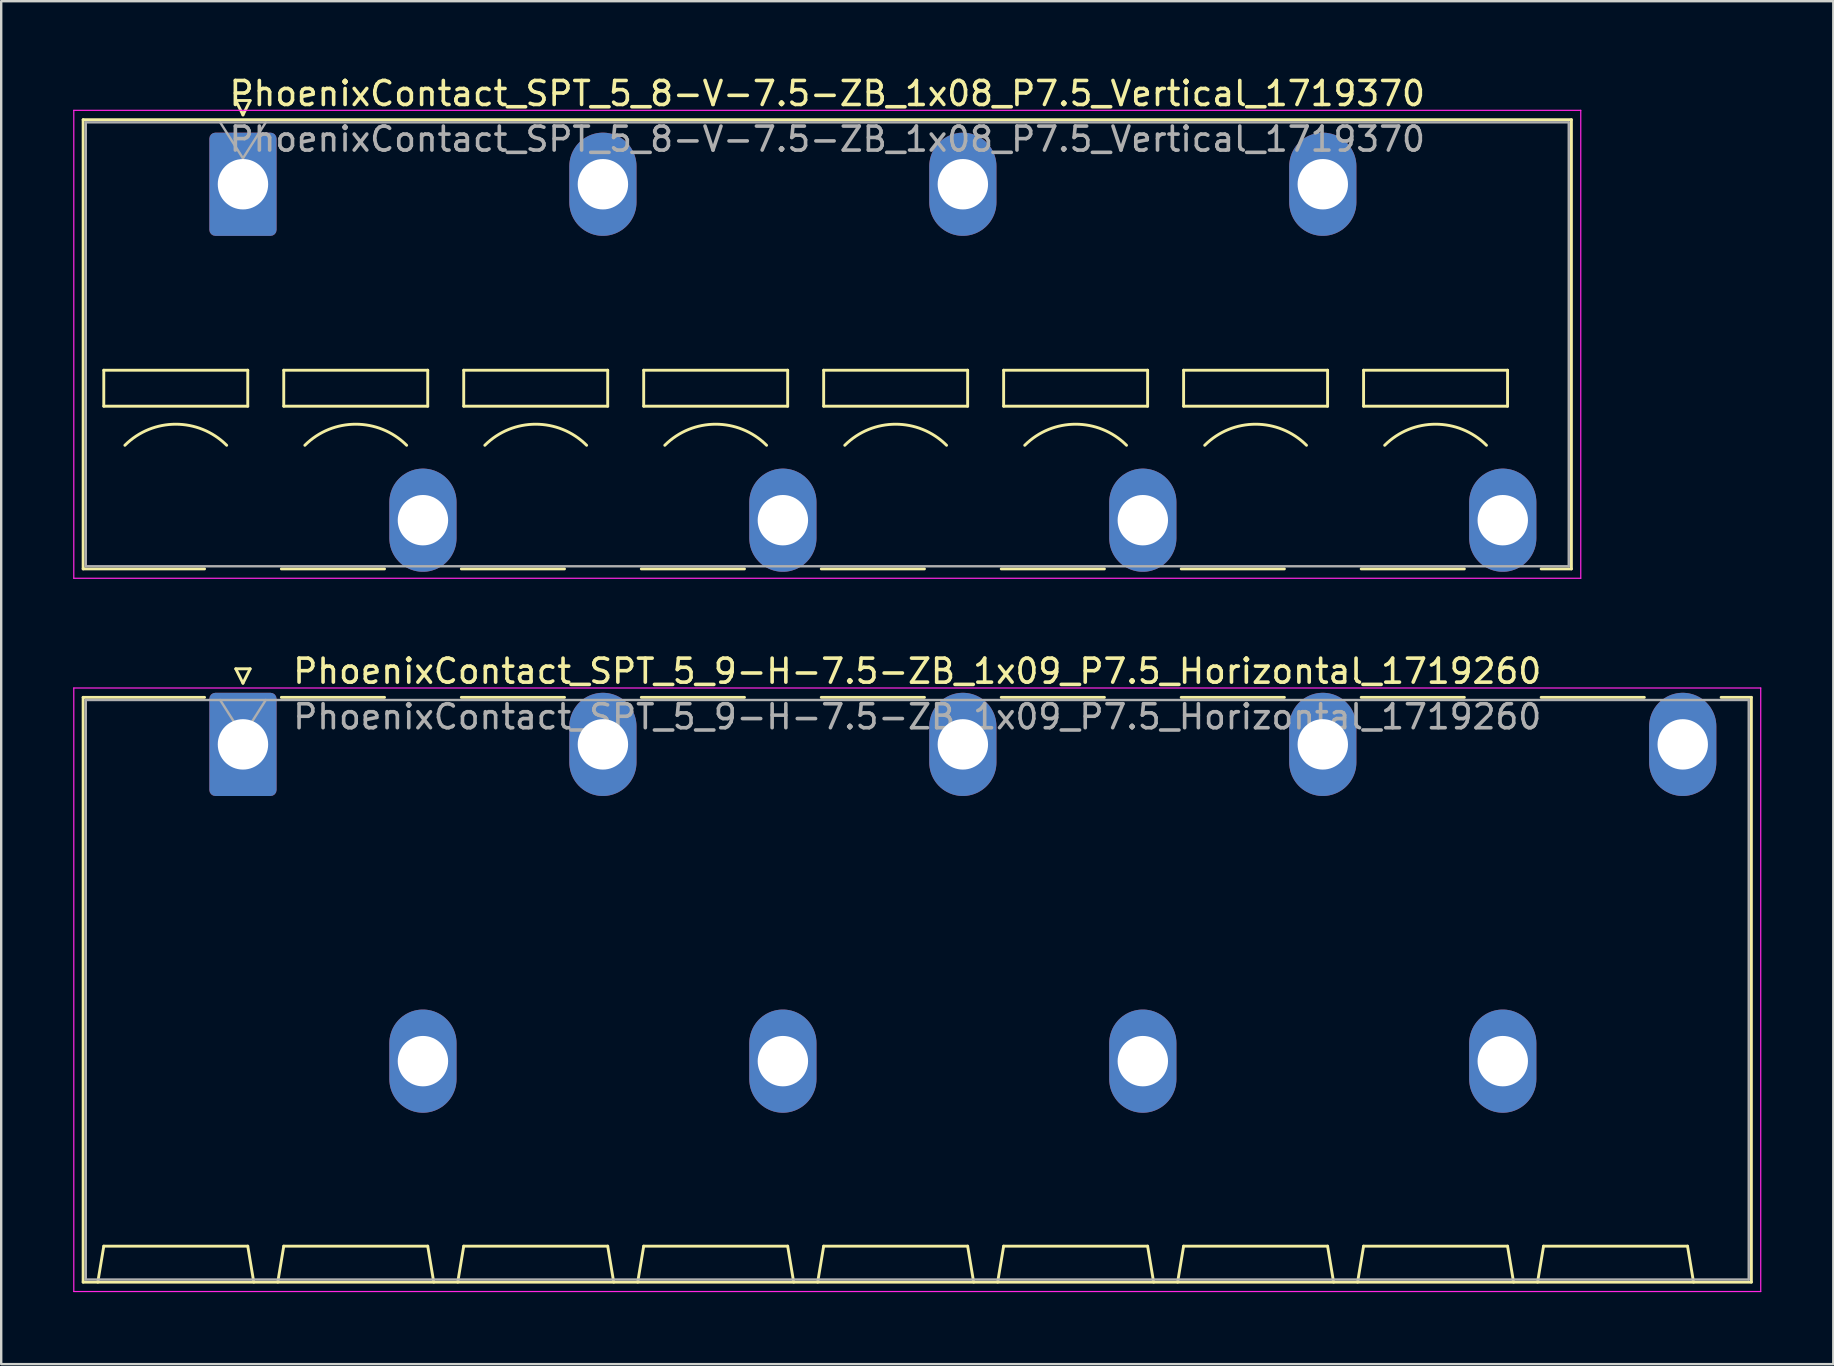
<source format=kicad_pcb>
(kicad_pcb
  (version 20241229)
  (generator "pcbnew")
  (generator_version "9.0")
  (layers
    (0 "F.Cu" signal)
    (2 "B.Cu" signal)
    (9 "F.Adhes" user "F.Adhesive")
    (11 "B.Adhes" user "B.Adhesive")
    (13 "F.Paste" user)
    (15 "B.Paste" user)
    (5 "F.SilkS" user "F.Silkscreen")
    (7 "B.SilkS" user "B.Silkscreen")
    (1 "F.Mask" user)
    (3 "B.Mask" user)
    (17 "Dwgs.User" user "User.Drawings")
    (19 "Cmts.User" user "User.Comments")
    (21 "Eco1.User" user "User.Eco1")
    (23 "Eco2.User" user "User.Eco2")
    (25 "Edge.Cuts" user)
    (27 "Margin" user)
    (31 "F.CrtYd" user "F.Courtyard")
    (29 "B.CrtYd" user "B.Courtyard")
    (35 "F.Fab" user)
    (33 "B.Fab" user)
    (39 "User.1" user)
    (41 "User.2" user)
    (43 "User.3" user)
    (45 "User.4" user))
  (footprint "PhoenixContact_SPT_5_8-V-7.5-ZB_1x08_P7.5_Vertical_1719370"
    (layer "F.Cu")
    (at 7.075 4.628)
    (property "Reference" "PhoenixContact_SPT_5_8-V-7.5-ZB_1x08_P7.5_Vertical_1719370" (at 24.35 -3.78 0) (layer "F.SilkS") (effects (font (size 1 1) (thickness 0.15))))
    (attr through_hole)
    (fp_line (start -6.66 -2.69) (end 55.36 -2.69) (stroke (width 0.12) (type solid)) (layer "F.SilkS"))
    (fp_line (start -6.66 16.03) (end -6.66 -2.69) (stroke (width 0.12) (type solid)) (layer "F.SilkS"))
    (fp_line (start -6.66 16.03) (end -1.6 16.03) (stroke (width 0.12) (type solid)) (layer "F.SilkS"))
    (fp_line (start -5.8 7.75) (end -5.8 9.25) (stroke (width 0.12) (type solid)) (layer "F.SilkS"))
    (fp_line (start -5.8 9.25) (end 0.2 9.25) (stroke (width 0.12) (type solid)) (layer "F.SilkS"))
    (fp_line (start -0.3 -3.49) (end 0 -2.89) (stroke (width 0.12) (type solid)) (layer "F.SilkS"))
    (fp_line (start -0.3 -3.49) (end 0.3 -3.49) (stroke (width 0.12) (type solid)) (layer "F.SilkS"))
    (fp_line (start 0.2 7.75) (end -5.8 7.75) (stroke (width 0.12) (type solid)) (layer "F.SilkS"))
    (fp_line (start 0.2 9.25) (end 0.2 7.75) (stroke (width 0.12) (type solid)) (layer "F.SilkS"))
    (fp_line (start 0.3 -3.49) (end 0 -2.89) (stroke (width 0.12) (type solid)) (layer "F.SilkS"))
    (fp_line (start 1.6 16.03) (end 5.9 16.03) (stroke (width 0.12) (type solid)) (layer "F.SilkS"))
    (fp_line (start 1.7 7.75) (end 1.7 9.25) (stroke (width 0.12) (type solid)) (layer "F.SilkS"))
    (fp_line (start 1.7 9.25) (end 7.7 9.25) (stroke (width 0.12) (type solid)) (layer "F.SilkS"))
    (fp_line (start 7.7 7.75) (end 1.7 7.75) (stroke (width 0.12) (type solid)) (layer "F.SilkS"))
    (fp_line (start 7.7 9.25) (end 7.7 7.75) (stroke (width 0.12) (type solid)) (layer "F.SilkS"))
    (fp_line (start 9.1 16.03) (end 13.4 16.03) (stroke (width 0.12) (type solid)) (layer "F.SilkS"))
    (fp_line (start 9.2 7.75) (end 9.2 9.25) (stroke (width 0.12) (type solid)) (layer "F.SilkS"))
    (fp_line (start 9.2 9.25) (end 15.2 9.25) (stroke (width 0.12) (type solid)) (layer "F.SilkS"))
    (fp_line (start 15.2 7.75) (end 9.2 7.75) (stroke (width 0.12) (type solid)) (layer "F.SilkS"))
    (fp_line (start 15.2 9.25) (end 15.2 7.75) (stroke (width 0.12) (type solid)) (layer "F.SilkS"))
    (fp_line (start 16.6 16.03) (end 20.9 16.03) (stroke (width 0.12) (type solid)) (layer "F.SilkS"))
    (fp_line (start 16.7 7.75) (end 16.7 9.25) (stroke (width 0.12) (type solid)) (layer "F.SilkS"))
    (fp_line (start 16.7 9.25) (end 22.7 9.25) (stroke (width 0.12) (type solid)) (layer "F.SilkS"))
    (fp_line (start 22.7 7.75) (end 16.7 7.75) (stroke (width 0.12) (type solid)) (layer "F.SilkS"))
    (fp_line (start 22.7 9.25) (end 22.7 7.75) (stroke (width 0.12) (type solid)) (layer "F.SilkS"))
    (fp_line (start 24.1 16.03) (end 28.4 16.03) (stroke (width 0.12) (type solid)) (layer "F.SilkS"))
    (fp_line (start 24.2 7.75) (end 24.2 9.25) (stroke (width 0.12) (type solid)) (layer "F.SilkS"))
    (fp_line (start 24.2 9.25) (end 30.2 9.25) (stroke (width 0.12) (type solid)) (layer "F.SilkS"))
    (fp_line (start 30.2 7.75) (end 24.2 7.75) (stroke (width 0.12) (type solid)) (layer "F.SilkS"))
    (fp_line (start 30.2 9.25) (end 30.2 7.75) (stroke (width 0.12) (type solid)) (layer "F.SilkS"))
    (fp_line (start 31.6 16.03) (end 35.9 16.03) (stroke (width 0.12) (type solid)) (layer "F.SilkS"))
    (fp_line (start 31.7 7.75) (end 31.7 9.25) (stroke (width 0.12) (type solid)) (layer "F.SilkS"))
    (fp_line (start 31.7 9.25) (end 37.7 9.25) (stroke (width 0.12) (type solid)) (layer "F.SilkS"))
    (fp_line (start 37.7 7.75) (end 31.7 7.75) (stroke (width 0.12) (type solid)) (layer "F.SilkS"))
    (fp_line (start 37.7 9.25) (end 37.7 7.75) (stroke (width 0.12) (type solid)) (layer "F.SilkS"))
    (fp_line (start 39.1 16.03) (end 43.4 16.03) (stroke (width 0.12) (type solid)) (layer "F.SilkS"))
    (fp_line (start 39.2 7.75) (end 39.2 9.25) (stroke (width 0.12) (type solid)) (layer "F.SilkS"))
    (fp_line (start 39.2 9.25) (end 45.2 9.25) (stroke (width 0.12) (type solid)) (layer "F.SilkS"))
    (fp_line (start 45.2 7.75) (end 39.2 7.75) (stroke (width 0.12) (type solid)) (layer "F.SilkS"))
    (fp_line (start 45.2 9.25) (end 45.2 7.75) (stroke (width 0.12) (type solid)) (layer "F.SilkS"))
    (fp_line (start 46.6 16.03) (end 50.9 16.03) (stroke (width 0.12) (type solid)) (layer "F.SilkS"))
    (fp_line (start 46.7 7.75) (end 46.7 9.25) (stroke (width 0.12) (type solid)) (layer "F.SilkS"))
    (fp_line (start 46.7 9.25) (end 52.7 9.25) (stroke (width 0.12) (type solid)) (layer "F.SilkS"))
    (fp_line (start 52.7 7.75) (end 46.7 7.75) (stroke (width 0.12) (type solid)) (layer "F.SilkS"))
    (fp_line (start 52.7 9.25) (end 52.7 7.75) (stroke (width 0.12) (type solid)) (layer "F.SilkS"))
    (fp_line (start 54.1 16.03) (end 55.36 16.03) (stroke (width 0.12) (type solid)) (layer "F.SilkS"))
    (fp_line (start 55.36 -2.69) (end 55.36 16.03) (stroke (width 0.12) (type solid)) (layer "F.SilkS"))
    (fp_arc (start -4.92132 10.87868) (mid -2.8 10) (end -0.67868 10.87868) (stroke (width 0.12) (type solid)) (layer "F.SilkS"))
    (fp_arc (start 2.57868 10.87868) (mid 4.7 10) (end 6.82132 10.87868) (stroke (width 0.12) (type solid)) (layer "F.SilkS"))
    (fp_arc (start 10.07868 10.87868) (mid 12.2 10) (end 14.32132 10.87868) (stroke (width 0.12) (type solid)) (layer "F.SilkS"))
    (fp_arc (start 17.57868 10.87868) (mid 19.7 10) (end 21.82132 10.87868) (stroke (width 0.12) (type solid)) (layer "F.SilkS"))
    (fp_arc (start 25.07868 10.87868) (mid 27.2 10) (end 29.32132 10.87868) (stroke (width 0.12) (type solid)) (layer "F.SilkS"))
    (fp_arc (start 32.57868 10.87868) (mid 34.7 10) (end 36.82132 10.87868) (stroke (width 0.12) (type solid)) (layer "F.SilkS"))
    (fp_arc (start 40.07868 10.87868) (mid 42.2 10) (end 44.32132 10.87868) (stroke (width 0.12) (type solid)) (layer "F.SilkS"))
    (fp_arc (start 47.57868 10.87868) (mid 49.7 10) (end 51.82132 10.87868) (stroke (width 0.12) (type solid)) (layer "F.SilkS"))
    (fp_line (start -7.05 -3.08) (end -7.05 16.42) (stroke (width 0.05) (type solid)) (layer "F.CrtYd"))
    (fp_line (start -7.05 16.42) (end 55.75 16.42) (stroke (width 0.05) (type solid)) (layer "F.CrtYd"))
    (fp_line (start 55.75 -3.08) (end -7.05 -3.08) (stroke (width 0.05) (type solid)) (layer "F.CrtYd"))
    (fp_line (start 55.75 16.42) (end 55.75 -3.08) (stroke (width 0.05) (type solid)) (layer "F.CrtYd"))
    (fp_line (start -6.55 -2.58) (end -6.55 15.92) (stroke (width 0.1) (type solid)) (layer "F.Fab"))
    (fp_line (start -6.55 15.92) (end 55.25 15.92) (stroke (width 0.1) (type solid)) (layer "F.Fab"))
    (fp_line (start -0.95 -2.58) (end 0 -1.08) (stroke (width 0.1) (type solid)) (layer "F.Fab"))
    (fp_line (start 0.95 -2.58) (end 0 -1.08) (stroke (width 0.1) (type solid)) (layer "F.Fab"))
    (fp_line (start 55.25 -2.58) (end -6.55 -2.58) (stroke (width 0.1) (type solid)) (layer "F.Fab"))
    (fp_line (start 55.25 15.92) (end 55.25 -2.58) (stroke (width 0.1) (type solid)) (layer "F.Fab"))
    (fp_text user "${REFERENCE}" (at 24.35 -1.88 0) (layer "F.Fab") (effects (font (size 1 1) (thickness 0.15))))
    (pad "1" thru_hole roundrect (at 0 0) (size 2.8 4.3) (drill 2.1) (layers "*.Cu" "*.Mask") (roundrect_rratio 0.089))
    (pad "2" thru_hole oval (at 7.5 14) (size 2.8 4.3) (drill 2.1) (layers "*.Cu" "*.Mask"))
    (pad "3" thru_hole oval (at 15 0) (size 2.8 4.3) (drill 2.1) (layers "*.Cu" "*.Mask"))
    (pad "4" thru_hole oval (at 22.5 14) (size 2.8 4.3) (drill 2.1) (layers "*.Cu" "*.Mask"))
    (pad "5" thru_hole oval (at 30 0) (size 2.8 4.3) (drill 2.1) (layers "*.Cu" "*.Mask"))
    (pad "6" thru_hole oval (at 37.5 14) (size 2.8 4.3) (drill 2.1) (layers "*.Cu" "*.Mask"))
    (pad "7" thru_hole oval (at 45 0) (size 2.8 4.3) (drill 2.1) (layers "*.Cu" "*.Mask"))
    (pad "8" thru_hole oval (at 52.5 14) (size 2.8 4.3) (drill 2.1) (layers "*.Cu" "*.Mask")))
  (footprint "PhoenixContact_SPT_5_9-H-7.5-ZB_1x09_P7.5_Horizontal_1719260"
    (layer "F.Cu")
    (at 7.075 27.971)
    (property "Reference" "PhoenixContact_SPT_5_9-H-7.5-ZB_1x09_P7.5_Horizontal_1719260" (at 28.1 -3.05 0) (layer "F.SilkS") (effects (font (size 1 1) (thickness 0.15))))
    (attr through_hole)
    (fp_line (start -6.66 -1.96) (end -1.6 -1.96) (stroke (width 0.12) (type solid)) (layer "F.SilkS"))
    (fp_line (start -6.66 22.41) (end -6.66 -1.96) (stroke (width 0.12) (type solid)) (layer "F.SilkS"))
    (fp_line (start -6.05 22.41) (end -5.8 20.91) (stroke (width 0.12) (type solid)) (layer "F.SilkS"))
    (fp_line (start -5.8 20.91) (end 0.2 20.91) (stroke (width 0.12) (type solid)) (layer "F.SilkS"))
    (fp_line (start -0.3 -3.15) (end 0 -2.55) (stroke (width 0.12) (type solid)) (layer "F.SilkS"))
    (fp_line (start -0.3 -3.15) (end 0.3 -3.15) (stroke (width 0.12) (type solid)) (layer "F.SilkS"))
    (fp_line (start 0.3 -3.15) (end 0 -2.55) (stroke (width 0.12) (type solid)) (layer "F.SilkS"))
    (fp_line (start 0.45 22.41) (end 0.2 20.91) (stroke (width 0.12) (type solid)) (layer "F.SilkS"))
    (fp_line (start 1.45 22.41) (end 1.7 20.91) (stroke (width 0.12) (type solid)) (layer "F.SilkS"))
    (fp_line (start 1.6 -1.96) (end 5.9 -1.96) (stroke (width 0.12) (type solid)) (layer "F.SilkS"))
    (fp_line (start 1.7 20.91) (end 7.7 20.91) (stroke (width 0.12) (type solid)) (layer "F.SilkS"))
    (fp_line (start 7.95 22.41) (end 7.7 20.91) (stroke (width 0.12) (type solid)) (layer "F.SilkS"))
    (fp_line (start 8.95 22.41) (end 9.2 20.91) (stroke (width 0.12) (type solid)) (layer "F.SilkS"))
    (fp_line (start 9.1 -1.96) (end 13.4 -1.96) (stroke (width 0.12) (type solid)) (layer "F.SilkS"))
    (fp_line (start 9.2 20.91) (end 15.2 20.91) (stroke (width 0.12) (type solid)) (layer "F.SilkS"))
    (fp_line (start 15.45 22.41) (end 15.2 20.91) (stroke (width 0.12) (type solid)) (layer "F.SilkS"))
    (fp_line (start 16.45 22.41) (end 16.7 20.91) (stroke (width 0.12) (type solid)) (layer "F.SilkS"))
    (fp_line (start 16.6 -1.96) (end 20.9 -1.96) (stroke (width 0.12) (type solid)) (layer "F.SilkS"))
    (fp_line (start 16.7 20.91) (end 22.7 20.91) (stroke (width 0.12) (type solid)) (layer "F.SilkS"))
    (fp_line (start 22.95 22.41) (end 22.7 20.91) (stroke (width 0.12) (type solid)) (layer "F.SilkS"))
    (fp_line (start 23.95 22.41) (end 24.2 20.91) (stroke (width 0.12) (type solid)) (layer "F.SilkS"))
    (fp_line (start 24.1 -1.96) (end 28.4 -1.96) (stroke (width 0.12) (type solid)) (layer "F.SilkS"))
    (fp_line (start 24.2 20.91) (end 30.2 20.91) (stroke (width 0.12) (type solid)) (layer "F.SilkS"))
    (fp_line (start 30.45 22.41) (end 30.2 20.91) (stroke (width 0.12) (type solid)) (layer "F.SilkS"))
    (fp_line (start 31.45 22.41) (end 31.7 20.91) (stroke (width 0.12) (type solid)) (layer "F.SilkS"))
    (fp_line (start 31.6 -1.96) (end 35.9 -1.96) (stroke (width 0.12) (type solid)) (layer "F.SilkS"))
    (fp_line (start 31.7 20.91) (end 37.7 20.91) (stroke (width 0.12) (type solid)) (layer "F.SilkS"))
    (fp_line (start 37.95 22.41) (end 37.7 20.91) (stroke (width 0.12) (type solid)) (layer "F.SilkS"))
    (fp_line (start 38.95 22.41) (end 39.2 20.91) (stroke (width 0.12) (type solid)) (layer "F.SilkS"))
    (fp_line (start 39.1 -1.96) (end 43.4 -1.96) (stroke (width 0.12) (type solid)) (layer "F.SilkS"))
    (fp_line (start 39.2 20.91) (end 45.2 20.91) (stroke (width 0.12) (type solid)) (layer "F.SilkS"))
    (fp_line (start 45.45 22.41) (end 45.2 20.91) (stroke (width 0.12) (type solid)) (layer "F.SilkS"))
    (fp_line (start 46.45 22.41) (end 46.7 20.91) (stroke (width 0.12) (type solid)) (layer "F.SilkS"))
    (fp_line (start 46.6 -1.96) (end 50.9 -1.96) (stroke (width 0.12) (type solid)) (layer "F.SilkS"))
    (fp_line (start 46.7 20.91) (end 52.7 20.91) (stroke (width 0.12) (type solid)) (layer "F.SilkS"))
    (fp_line (start 52.95 22.41) (end 52.7 20.91) (stroke (width 0.12) (type solid)) (layer "F.SilkS"))
    (fp_line (start 53.95 22.41) (end 54.2 20.91) (stroke (width 0.12) (type solid)) (layer "F.SilkS"))
    (fp_line (start 54.1 -1.96) (end 58.4 -1.96) (stroke (width 0.12) (type solid)) (layer "F.SilkS"))
    (fp_line (start 54.2 20.91) (end 60.2 20.91) (stroke (width 0.12) (type solid)) (layer "F.SilkS"))
    (fp_line (start 60.45 22.41) (end 60.2 20.91) (stroke (width 0.12) (type solid)) (layer "F.SilkS"))
    (fp_line (start 61.6 -1.96) (end 62.86 -1.96) (stroke (width 0.12) (type solid)) (layer "F.SilkS"))
    (fp_line (start 62.86 -1.96) (end 62.86 22.41) (stroke (width 0.12) (type solid)) (layer "F.SilkS"))
    (fp_line (start 62.86 22.41) (end -6.66 22.41) (stroke (width 0.12) (type solid)) (layer "F.SilkS"))
    (fp_line (start -7.05 -2.35) (end -7.05 22.8) (stroke (width 0.05) (type solid)) (layer "F.CrtYd"))
    (fp_line (start -7.05 22.8) (end 63.25 22.8) (stroke (width 0.05) (type solid)) (layer "F.CrtYd"))
    (fp_line (start 63.25 -2.35) (end -7.05 -2.35) (stroke (width 0.05) (type solid)) (layer "F.CrtYd"))
    (fp_line (start 63.25 22.8) (end 63.25 -2.35) (stroke (width 0.05) (type solid)) (layer "F.CrtYd"))
    (fp_line (start -6.55 -1.85) (end -6.55 22.3) (stroke (width 0.1) (type solid)) (layer "F.Fab"))
    (fp_line (start -6.55 22.3) (end 62.75 22.3) (stroke (width 0.1) (type solid)) (layer "F.Fab"))
    (fp_line (start -0.95 -1.85) (end 0 -0.35) (stroke (width 0.1) (type solid)) (layer "F.Fab"))
    (fp_line (start 0.95 -1.85) (end 0 -0.35) (stroke (width 0.1) (type solid)) (layer "F.Fab"))
    (fp_line (start 62.75 -1.85) (end -6.55 -1.85) (stroke (width 0.1) (type solid)) (layer "F.Fab"))
    (fp_line (start 62.75 22.3) (end 62.75 -1.85) (stroke (width 0.1) (type solid)) (layer "F.Fab"))
    (fp_text user "${REFERENCE}" (at 28.1 -1.15 0) (layer "F.Fab") (effects (font (size 1 1) (thickness 0.15))))
    (pad "1" thru_hole roundrect (at 0 0) (size 2.8 4.3) (drill 2.1) (layers "*.Cu" "*.Mask") (roundrect_rratio 0.089))
    (pad "2" thru_hole oval (at 7.5 13.2) (size 2.8 4.3) (drill 2.1) (layers "*.Cu" "*.Mask"))
    (pad "3" thru_hole oval (at 15 0) (size 2.8 4.3) (drill 2.1) (layers "*.Cu" "*.Mask"))
    (pad "4" thru_hole oval (at 22.5 13.2) (size 2.8 4.3) (drill 2.1) (layers "*.Cu" "*.Mask"))
    (pad "5" thru_hole oval (at 30 0) (size 2.8 4.3) (drill 2.1) (layers "*.Cu" "*.Mask"))
    (pad "6" thru_hole oval (at 37.5 13.2) (size 2.8 4.3) (drill 2.1) (layers "*.Cu" "*.Mask"))
    (pad "7" thru_hole oval (at 45 0) (size 2.8 4.3) (drill 2.1) (layers "*.Cu" "*.Mask"))
    (pad "8" thru_hole oval (at 52.5 13.2) (size 2.8 4.3) (drill 2.1) (layers "*.Cu" "*.Mask"))
    (pad "9" thru_hole oval (at 60 0) (size 2.8 4.3) (drill 2.1) (layers "*.Cu" "*.Mask")))
  (gr_rect
    (start -3 -3)
    (end 73.35 53.797)
    (stroke (width 0.1) (type default))
    (fill no)
    (layer "Edge.Cuts")))
</source>
